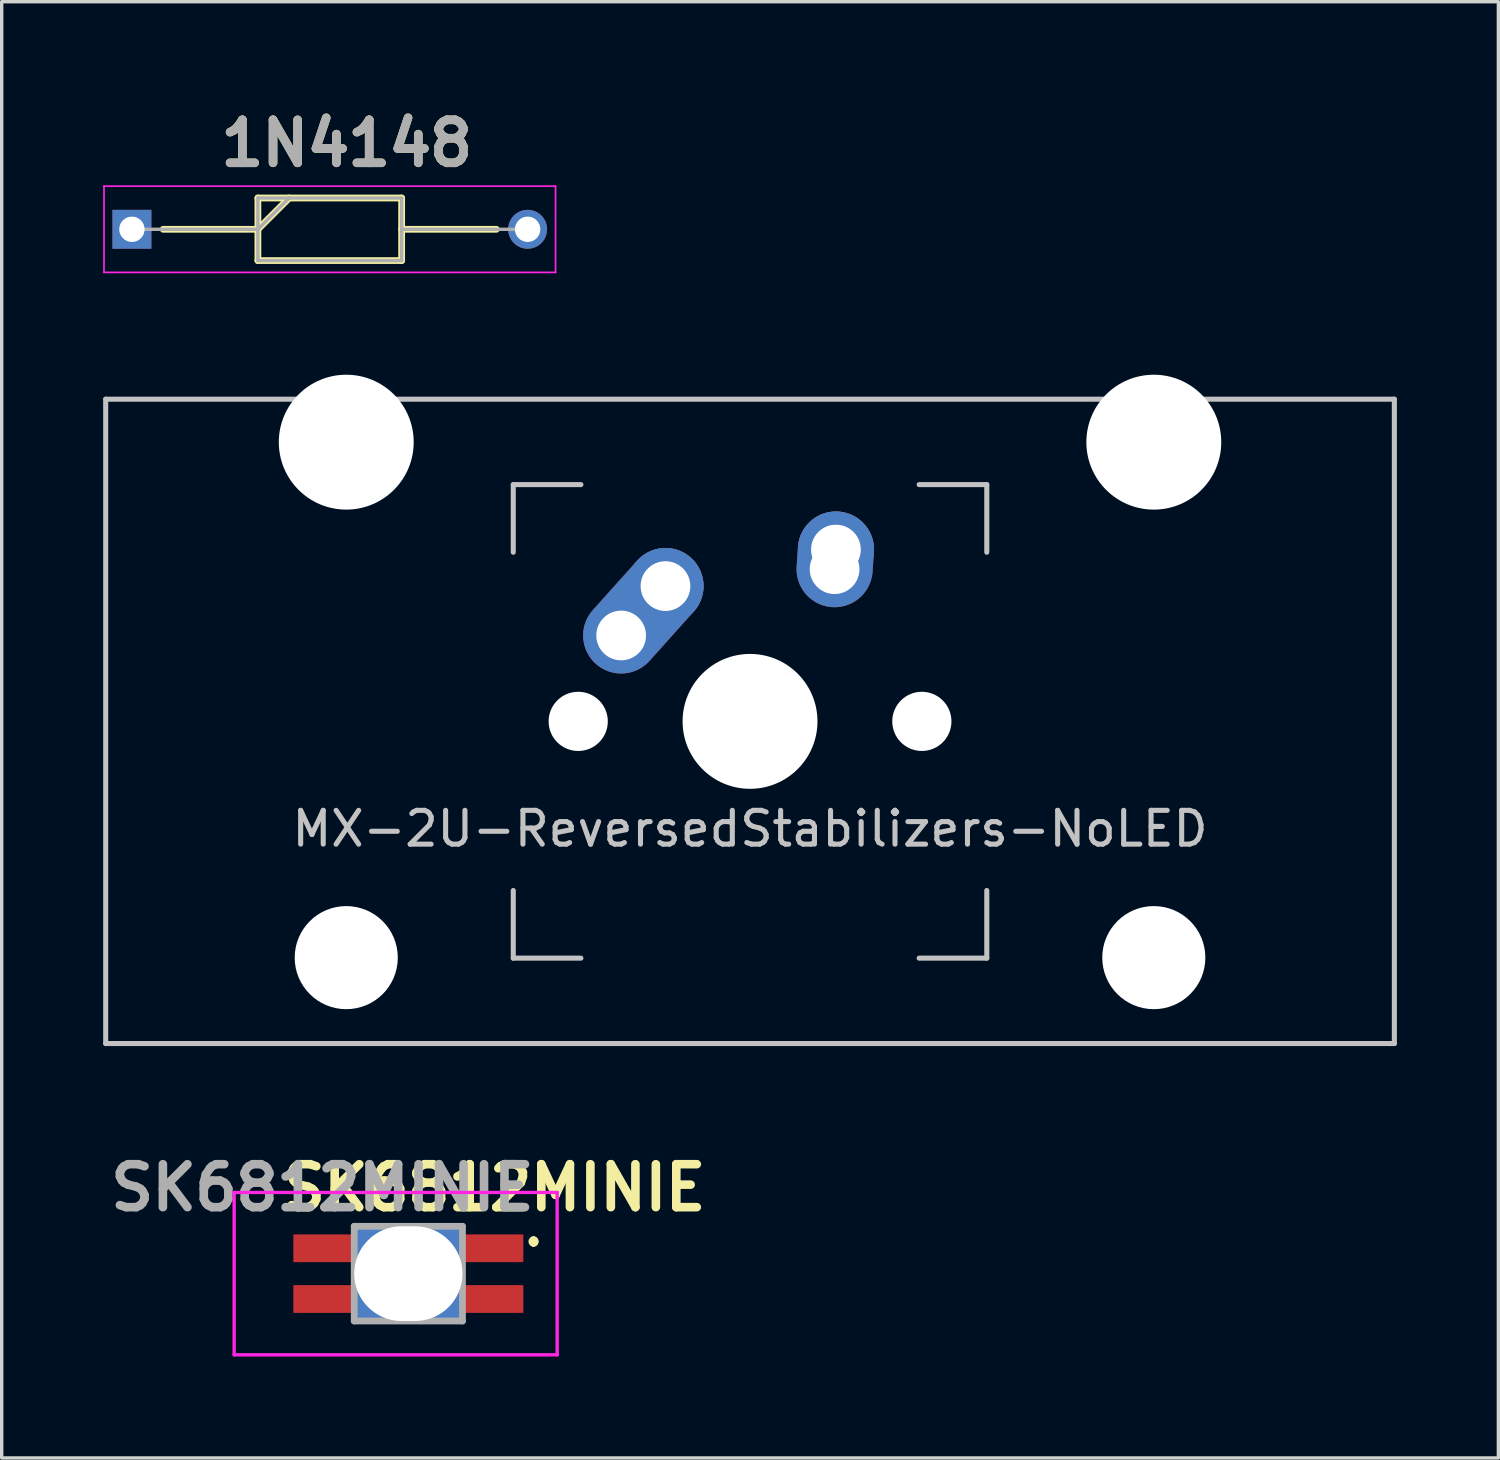
<source format=kicad_pcb>
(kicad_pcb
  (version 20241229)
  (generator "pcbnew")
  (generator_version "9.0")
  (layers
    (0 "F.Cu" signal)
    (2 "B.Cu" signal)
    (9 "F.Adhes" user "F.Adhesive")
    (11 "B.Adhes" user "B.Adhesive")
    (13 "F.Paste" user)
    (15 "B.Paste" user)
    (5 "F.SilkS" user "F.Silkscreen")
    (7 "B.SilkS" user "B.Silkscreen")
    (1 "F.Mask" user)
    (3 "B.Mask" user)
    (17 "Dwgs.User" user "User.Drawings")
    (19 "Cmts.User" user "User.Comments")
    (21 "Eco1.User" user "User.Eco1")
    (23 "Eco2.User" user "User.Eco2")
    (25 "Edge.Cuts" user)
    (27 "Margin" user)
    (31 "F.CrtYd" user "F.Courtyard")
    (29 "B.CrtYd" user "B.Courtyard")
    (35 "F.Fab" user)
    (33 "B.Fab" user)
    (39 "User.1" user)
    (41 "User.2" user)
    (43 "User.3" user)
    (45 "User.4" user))
  (footprint "1N4148"
    (layer "F.Cu")
    (at 0.85 3.729)
    (property "Reference" "1N4148" (at 6.35 -2.54 0) (layer "F.SilkS") (effects (font (size 1.27 1.27) (thickness 0.254))))
    (attr through_hole)
    (fp_line (start 0.925 0) (end 3.725 0) (stroke (width 0.2) (type solid)) (layer "F.SilkS"))
    (fp_line (start 3.725 -0.925) (end 7.975 -0.925) (stroke (width 0.2) (type solid)) (layer "F.SilkS"))
    (fp_line (start 3.725 0) (end 4.65 -0.925) (stroke (width 0.2) (type solid)) (layer "F.SilkS"))
    (fp_line (start 3.725 0.925) (end 3.725 -0.925) (stroke (width 0.2) (type solid)) (layer "F.SilkS"))
    (fp_line (start 7.975 -0.925) (end 7.975 0.925) (stroke (width 0.2) (type solid)) (layer "F.SilkS"))
    (fp_line (start 7.975 0) (end 10.775 0) (stroke (width 0.2) (type solid)) (layer "F.SilkS"))
    (fp_line (start 7.975 0.925) (end 3.725 0.925) (stroke (width 0.2) (type solid)) (layer "F.SilkS"))
    (fp_line (start -0.825 -1.275) (end 12.525 -1.275) (stroke (width 0.05) (type solid)) (layer "F.CrtYd"))
    (fp_line (start -0.825 1.275) (end -0.825 -1.275) (stroke (width 0.05) (type solid)) (layer "F.CrtYd"))
    (fp_line (start 12.525 -1.275) (end 12.525 1.275) (stroke (width 0.05) (type solid)) (layer "F.CrtYd"))
    (fp_line (start 12.525 1.275) (end -0.825 1.275) (stroke (width 0.05) (type solid)) (layer "F.CrtYd"))
    (fp_line (start 0 0) (end 3.725 0) (stroke (width 0.1) (type solid)) (layer "F.Fab"))
    (fp_line (start 3.725 -0.925) (end 7.975 -0.925) (stroke (width 0.1) (type solid)) (layer "F.Fab"))
    (fp_line (start 3.725 0) (end 4.65 -0.925) (stroke (width 0.1) (type solid)) (layer "F.Fab"))
    (fp_line (start 3.725 0.925) (end 3.725 -0.925) (stroke (width 0.1) (type solid)) (layer "F.Fab"))
    (fp_line (start 7.975 -0.925) (end 7.975 0.925) (stroke (width 0.1) (type solid)) (layer "F.Fab"))
    (fp_line (start 7.975 0) (end 11.7 0) (stroke (width 0.1) (type solid)) (layer "F.Fab"))
    (fp_line (start 7.975 0.925) (end 3.725 0.925) (stroke (width 0.1) (type solid)) (layer "F.Fab"))
    (fp_text user "${REFERENCE}" (at 6.35 -2.54 0) (layer "F.Fab") (effects (font (size 1.27 1.27) (thickness 0.254))))
    (pad "1" thru_hole rect (at 0 0) (size 1.15 1.15) (drill 0.75) (layers "*.Cu" "*.Mask"))
    (pad "2" thru_hole circle (at 11.7 0) (size 1.15 1.15) (drill 0.75) (layers "*.Cu" "*.Mask")))
  (footprint "SK6812MINIE"
    (layer "F.Cu")
    (at 9.023 34.606)
    (property "Reference" "SK6812MINIE" (at 2.54 -2.54 0) (layer "F.SilkS") (effects (font (size 1.27 1.27) (thickness 0.254))))
    (attr smd)
    (fp_line (start -1.25 -1.4) (end -1.25 -1.4) (stroke (width 0.1) (type solid)) (layer "F.SilkS"))
    (fp_line (start -1.25 -1.4) (end 1.25 -1.4) (stroke (width 0.1) (type solid)) (layer "F.SilkS"))
    (fp_line (start -1.25 1.4) (end -1.25 1.4) (stroke (width 0.1) (type solid)) (layer "F.SilkS"))
    (fp_line (start -1.25 1.4) (end 1.25 1.4) (stroke (width 0.1) (type solid)) (layer "F.SilkS"))
    (fp_line (start 1.25 -1.4) (end -1.25 -1.4) (stroke (width 0.1) (type solid)) (layer "F.SilkS"))
    (fp_line (start 1.25 -1.4) (end 1.25 -1.4) (stroke (width 0.1) (type solid)) (layer "F.SilkS"))
    (fp_line (start 1.25 1.4) (end -1.25 1.4) (stroke (width 0.1) (type solid)) (layer "F.SilkS"))
    (fp_line (start 1.25 1.4) (end 1.25 1.4) (stroke (width 0.1) (type solid)) (layer "F.SilkS"))
    (fp_line (start 3.7 -1) (end 3.7 -1) (stroke (width 0.2) (type solid)) (layer "F.SilkS"))
    (fp_line (start 3.7 -0.9) (end 3.7 -0.9) (stroke (width 0.2) (type solid)) (layer "F.SilkS"))
    (fp_line (start 3.7 -0.9) (end 3.7 -0.9) (stroke (width 0.2) (type solid)) (layer "F.SilkS"))
    (fp_arc (start 3.7 -1) (mid 3.75 -0.95) (end 3.7 -0.9) (stroke (width 0.2) (type solid)) (layer "F.SilkS"))
    (fp_arc (start 3.7 -1) (mid 3.75 -0.95) (end 3.7 -0.9) (stroke (width 0.2) (type solid)) (layer "F.SilkS"))
    (fp_arc (start 3.7 -0.9) (mid 3.65 -0.95) (end 3.7 -1) (stroke (width 0.2) (type solid)) (layer "F.SilkS"))
    (fp_line (start -5.15 -2.4) (end 4.4 -2.4) (stroke (width 0.1) (type solid)) (layer "F.CrtYd"))
    (fp_line (start -5.15 2.4) (end -5.15 -2.4) (stroke (width 0.1) (type solid)) (layer "F.CrtYd"))
    (fp_line (start 4.4 -2.4) (end 4.4 2.4) (stroke (width 0.1) (type solid)) (layer "F.CrtYd"))
    (fp_line (start 4.4 2.4) (end -5.15 2.4) (stroke (width 0.1) (type solid)) (layer "F.CrtYd"))
    (fp_line (start -1.6 -1.4) (end -1.6 1.4) (stroke (width 0.2) (type solid)) (layer "F.Fab"))
    (fp_line (start -1.6 1.4) (end 1.6 1.4) (stroke (width 0.2) (type solid)) (layer "F.Fab"))
    (fp_line (start 1.6 -1.4) (end -1.6 -1.4) (stroke (width 0.2) (type solid)) (layer "F.Fab"))
    (fp_line (start 1.6 1.4) (end 1.6 -1.4) (stroke (width 0.2) (type solid)) (layer "F.Fab"))
    (fp_text user "${REFERENCE}" (at -2.54 -2.54 0) (layer "F.Fab") (effects (font (size 1.27 1.27) (thickness 0.254))))
    (pad "" np_thru_hole rect (at 0 0) (size 3.2 2.8) (drill oval 3.2 2.8) (layers "*.Cu" "*.Mask"))
    (pad "1" smd rect (at 2.5 -0.75 90) (size 0.82 1.8) (layers "F.Cu" "F.Mask" "F.Paste"))
    (pad "2" smd rect (at 2.5 0.75 90) (size 0.82 1.8) (layers "F.Cu" "F.Mask" "F.Paste"))
    (pad "3" smd rect (at -2.5 0.75 90) (size 0.82 1.8) (layers "F.Cu" "F.Mask" "F.Paste"))
    (pad "4" smd rect (at -2.5 -0.75 90) (size 0.82 1.8) (layers "F.Cu" "F.Mask" "F.Paste")))
  (footprint "MX-2U-ReversedStabilizers-NoLED"
    (layer "F.Cu")
    (at 19.125 18.278)
    (property "Reference" "MX-2U-ReversedStabilizers-NoLED" (at 0 3.175 0) (layer "Dwgs.User") (effects (font (size 1 1) (thickness 0.15))))
    (attr through_hole)
    (fp_line (start -19.05 -9.525) (end 19.05 -9.525) (stroke (width 0.15) (type solid)) (layer "Dwgs.User"))
    (fp_line (start -19.05 9.525) (end -19.05 -9.525) (stroke (width 0.15) (type solid)) (layer "Dwgs.User"))
    (fp_line (start -19.05 9.525) (end 19.05 9.525) (stroke (width 0.15) (type solid)) (layer "Dwgs.User"))
    (fp_line (start -7 -7) (end -7 -5) (stroke (width 0.15) (type solid)) (layer "Dwgs.User"))
    (fp_line (start -7 5) (end -7 7) (stroke (width 0.15) (type solid)) (layer "Dwgs.User"))
    (fp_line (start -7 7) (end -5 7) (stroke (width 0.15) (type solid)) (layer "Dwgs.User"))
    (fp_line (start -5 -7) (end -7 -7) (stroke (width 0.15) (type solid)) (layer "Dwgs.User"))
    (fp_line (start 5 -7) (end 7 -7) (stroke (width 0.15) (type solid)) (layer "Dwgs.User"))
    (fp_line (start 5 7) (end 7 7) (stroke (width 0.15) (type solid)) (layer "Dwgs.User"))
    (fp_line (start 7 -7) (end 7 -5) (stroke (width 0.15) (type solid)) (layer "Dwgs.User"))
    (fp_line (start 7 7) (end 7 5) (stroke (width 0.15) (type solid)) (layer "Dwgs.User"))
    (fp_line (start 19.05 -9.525) (end 19.05 9.525) (stroke (width 0.15) (type solid)) (layer "Dwgs.User"))
    (pad "" np_thru_hole circle (at -11.938 -8.255) (size 3.988 3.988) (drill 3.988) (layers "*.Cu" "*.Mask"))
    (pad "" np_thru_hole circle (at -11.938 6.985) (size 3.048 3.048) (drill 3.048) (layers "*.Cu" "*.Mask"))
    (pad "" np_thru_hole circle (at -5.08 0 48.1) (size 1.75 1.75) (drill 1.75) (layers "*.Cu" "*.Mask"))
    (pad "" np_thru_hole circle (at 0 0) (size 3.988 3.988) (drill 3.988) (layers "*.Cu" "*.Mask"))
    (pad "" np_thru_hole circle (at 5.08 0 48.1) (size 1.75 1.75) (drill 1.75) (layers "*.Cu" "*.Mask"))
    (pad "" np_thru_hole circle (at 11.938 -8.255) (size 3.988 3.988) (drill 3.988) (layers "*.Cu" "*.Mask"))
    (pad "" np_thru_hole circle (at 11.938 6.985) (size 3.048 3.048) (drill 3.048) (layers "*.Cu" "*.Mask"))
    (pad "1" thru_hole oval (at -3.81 -2.54 48.1) (size 4.212 2.25) (drill 1.47 (offset 0.981 0)) (layers "*.Cu" "B.Mask"))
    (pad "1" thru_hole circle (at -2.5 -4) (size 2.25 2.25) (drill 1.47) (layers "*.Cu" "B.Mask"))
    (pad "2" thru_hole oval (at 2.5 -4.5 86.055) (size 2.831 2.25) (drill 1.47 (offset 0.291 0)) (layers "*.Cu" "B.Mask"))
    (pad "2" thru_hole circle (at 2.54 -5.08) (size 2.25 2.25) (drill 1.47) (layers "*.Cu" "B.Mask")))
  (gr_rect
    (start -3 -3)
    (end 41.25 40.056)
    (stroke (width 0.1) (type default))
    (fill no)
    (layer "Edge.Cuts")))
</source>
